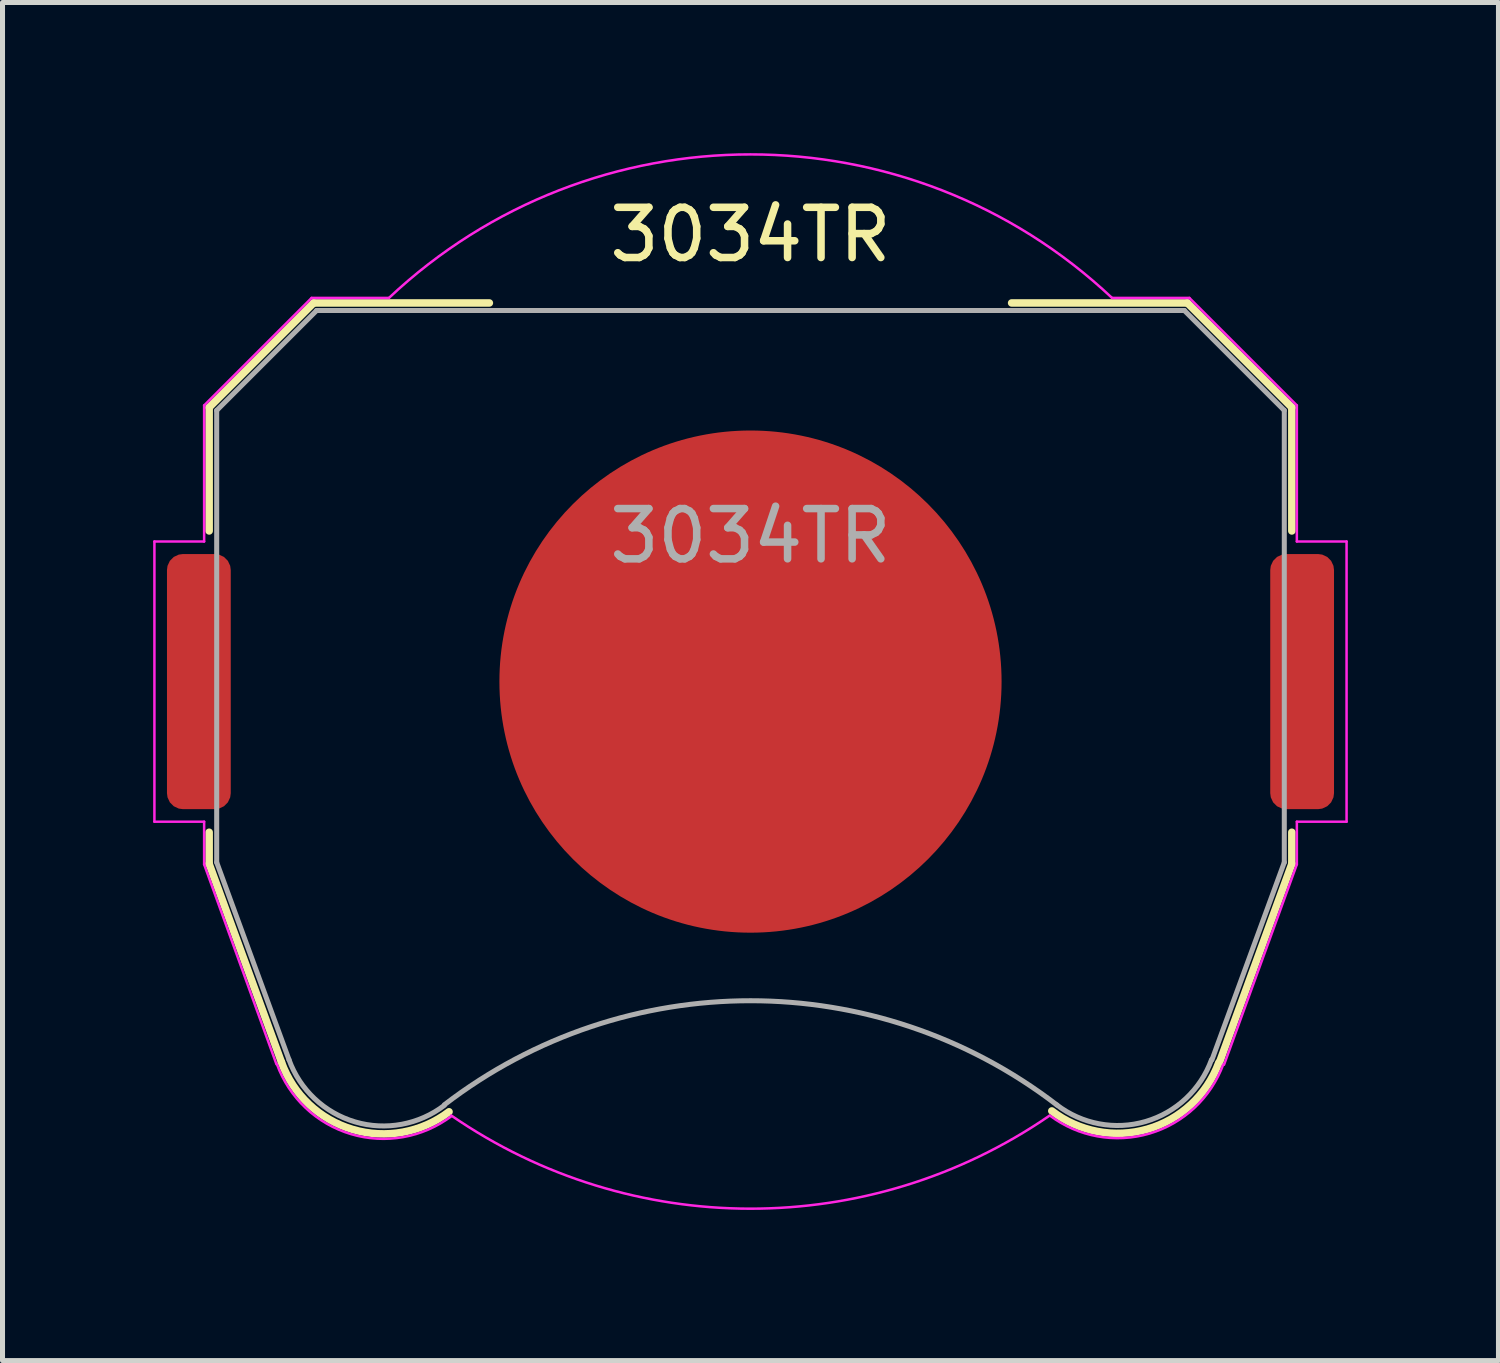
<source format=kicad_pcb>
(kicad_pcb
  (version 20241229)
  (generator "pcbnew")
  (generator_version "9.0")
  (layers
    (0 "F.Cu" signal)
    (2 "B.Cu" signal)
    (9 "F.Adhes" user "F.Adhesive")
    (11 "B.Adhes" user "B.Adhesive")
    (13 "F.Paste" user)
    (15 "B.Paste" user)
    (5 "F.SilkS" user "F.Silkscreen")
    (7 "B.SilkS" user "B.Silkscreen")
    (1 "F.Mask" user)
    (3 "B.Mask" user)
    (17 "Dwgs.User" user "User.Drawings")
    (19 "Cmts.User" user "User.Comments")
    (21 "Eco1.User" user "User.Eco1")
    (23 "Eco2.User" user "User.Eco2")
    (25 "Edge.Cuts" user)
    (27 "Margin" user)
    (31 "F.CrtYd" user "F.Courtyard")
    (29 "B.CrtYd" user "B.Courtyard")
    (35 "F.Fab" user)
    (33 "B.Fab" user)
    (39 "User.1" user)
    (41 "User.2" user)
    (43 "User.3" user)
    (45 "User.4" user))
  (footprint "3034TR"
    (layer "F.Cu")
    (at 11.895 10.523)
    (property "Reference" "3034TR" (at 0 -8.9 0) (unlocked yes) (layer "F.SilkS") (effects (font (size 1 1) (thickness 0.15))))
    (attr smd)
    (fp_line (start -10.78 -5.46) (end -10.78 -3) (stroke (width 0.15) (type solid)) (layer "F.SilkS"))
    (fp_line (start -10.78 3) (end -10.78 3.63) (stroke (width 0.15) (type solid)) (layer "F.SilkS"))
    (fp_line (start -10.78 3.63) (end -9.34 7.58) (stroke (width 0.15) (type solid)) (layer "F.SilkS"))
    (fp_line (start -8.7 -7.54) (end -10.78 -5.46) (stroke (width 0.15) (type solid)) (layer "F.SilkS"))
    (fp_line (start -5.2 -7.54) (end -8.7 -7.54) (stroke (width 0.15) (type solid)) (layer "F.SilkS"))
    (fp_line (start 8.7 -7.54) (end 5.2 -7.54) (stroke (width 0.15) (type solid)) (layer "F.SilkS"))
    (fp_line (start 8.7 -7.54) (end 10.78 -5.46) (stroke (width 0.15) (type solid)) (layer "F.SilkS"))
    (fp_line (start 10.78 -5.46) (end 10.78 -3) (stroke (width 0.15) (type solid)) (layer "F.SilkS"))
    (fp_line (start 10.78 3) (end 10.78 3.63) (stroke (width 0.15) (type solid)) (layer "F.SilkS"))
    (fp_line (start 10.78 3.63) (end 9.34 7.58) (stroke (width 0.15) (type solid)) (layer "F.SilkS"))
    (fp_arc (start -6.003354 8.56653) (mid -7.921654 8.918738) (end -9.34 7.58) (stroke (width 0.15) (type solid)) (layer "F.SilkS"))
    (fp_arc (start 9.325243 7.588169) (mid 7.90634 8.911668) (end 6 8.55) (stroke (width 0.15) (type solid)) (layer "F.SilkS"))
    (fp_line (start -11.87 -2.79) (end -11.87 2.79) (stroke (width 0.05) (type solid)) (layer "F.CrtYd"))
    (fp_line (start -11.87 2.79) (end -10.88 2.79) (stroke (width 0.05) (type solid)) (layer "F.CrtYd"))
    (fp_line (start -10.88 -5.5) (end -10.88 -2.79) (stroke (width 0.05) (type solid)) (layer "F.CrtYd"))
    (fp_line (start -10.88 -2.79) (end -11.87 -2.79) (stroke (width 0.05) (type solid)) (layer "F.CrtYd"))
    (fp_line (start -10.88 2.79) (end -10.88 3.64) (stroke (width 0.05) (type solid)) (layer "F.CrtYd"))
    (fp_line (start -10.88 3.64) (end -9.44 7.62) (stroke (width 0.05) (type solid)) (layer "F.CrtYd"))
    (fp_line (start -8.74 -7.64) (end -10.88 -5.5) (stroke (width 0.05) (type solid)) (layer "F.CrtYd"))
    (fp_line (start -7.2 -7.64) (end -8.74 -7.64) (stroke (width 0.05) (type solid)) (layer "F.CrtYd"))
    (fp_line (start 8.74 -7.64) (end 7.2 -7.64) (stroke (width 0.05) (type solid)) (layer "F.CrtYd"))
    (fp_line (start 9.43 7.63) (end 10.88 3.64) (stroke (width 0.05) (type solid)) (layer "F.CrtYd"))
    (fp_line (start 10.88 -5.5) (end 8.74 -7.64) (stroke (width 0.05) (type solid)) (layer "F.CrtYd"))
    (fp_line (start 10.88 -2.79) (end 10.88 -5.5) (stroke (width 0.05) (type solid)) (layer "F.CrtYd"))
    (fp_line (start 10.88 2.79) (end 11.87 2.79) (stroke (width 0.05) (type solid)) (layer "F.CrtYd"))
    (fp_line (start 10.88 3.64) (end 10.88 2.79) (stroke (width 0.05) (type solid)) (layer "F.CrtYd"))
    (fp_line (start 11.87 -2.79) (end 10.88 -2.79) (stroke (width 0.05) (type solid)) (layer "F.CrtYd"))
    (fp_line (start 11.87 2.79) (end 11.87 -2.79) (stroke (width 0.05) (type solid)) (layer "F.CrtYd"))
    (fp_arc (start -7.199546 -7.640427) (mid 0.000312 -10.498075) (end 7.2 -7.64) (stroke (width 0.05) (type solid)) (layer "F.CrtYd"))
    (fp_arc (start -5.956965 8.654604) (mid -7.953941 9.011629) (end -9.43 7.62) (stroke (width 0.05) (type solid)) (layer "F.CrtYd"))
    (fp_arc (start 5.945368 8.650075) (mid -0.008883 10.496243) (end -5.96 8.64) (stroke (width 0.05) (type solid)) (layer "F.CrtYd"))
    (fp_arc (start 9.415144 7.621341) (mid 7.944017 9.000493) (end 5.96 8.64) (stroke (width 0.05) (type solid)) (layer "F.CrtYd"))
    (fp_line (start -10.63 -5.4) (end -8.64 -7.39) (stroke (width 0.1) (type solid)) (layer "F.Fab"))
    (fp_line (start -10.63 3.6) (end -10.63 -5.4) (stroke (width 0.1) (type solid)) (layer "F.Fab"))
    (fp_line (start -9.19 7.53) (end -10.63 3.6) (stroke (width 0.1) (type solid)) (layer "F.Fab"))
    (fp_line (start -8.64 -7.39) (end 8.64 -7.39) (stroke (width 0.1) (type solid)) (layer "F.Fab"))
    (fp_line (start 8.64 -7.39) (end 10.63 -5.4) (stroke (width 0.1) (type solid)) (layer "F.Fab"))
    (fp_line (start 10.63 -5.4) (end 10.63 3.6) (stroke (width 0.1) (type solid)) (layer "F.Fab"))
    (fp_line (start 10.63 3.6) (end 9.19 7.53) (stroke (width 0.1) (type solid)) (layer "F.Fab"))
    (fp_arc (start -6.096146 8.438508) (mid -7.87328 8.768206) (end -9.19 7.53) (stroke (width 0.1) (type solid)) (layer "F.Fab"))
    (fp_arc (start -6.094852 8.426043) (mid 0.003247 6.355257) (end 6.1 8.43) (stroke (width 0.1) (type solid)) (layer "F.Fab"))
    (fp_arc (start 9.180727 7.528882) (mid 7.868698 8.760067) (end 6.1 8.43) (stroke (width 0.1) (type solid)) (layer "F.Fab"))
    (fp_text user "${REFERENCE}" (at 0 -2.9 0) (layer "F.Fab") (effects (font (size 1 1) (thickness 0.15))))
    (pad "1" smd roundrect (at -10.985 0) (size 1.27 5.08) (layers "F.Cu" "F.Mask" "F.Paste") (roundrect_rratio 0.25))
    (pad "1" smd roundrect (at 10.985 0) (size 1.27 5.08) (layers "F.Cu" "F.Mask" "F.Paste") (roundrect_rratio 0.25))
    (pad "2" smd circle (at 0 0) (size 10 10) (layers "F.Cu" "F.Mask"))
    (zone (net_name "") (layer "F.Cu") (hatch edge 0.5) (connect_pads) (min_thickness 0.25) (filled_areas_thickness no) (keepout (tracks allowed) (vias allowed) (pads allowed) (copperpour not_allowed) (footprints allowed)) (placement (enabled no)) (fill) (polygon (pts (xy 21.695 10.523) (xy 21.675 9.895) (xy 21.615 9.27) (xy 21.514 8.65) (xy 21.374 8.037) (xy 21.196 7.435) (xy 20.979 6.845) (xy 20.724 6.271) (xy 20.434 5.714) (xy 20.108 5.177) (xy 19.749 4.662) (xy 19.357 4.17) (xy 18.935 3.705) (xy 18.484 3.268) (xy 18.005 2.861) (xy 17.502 2.485) (xy 16.975 2.143) (xy 16.428 1.834) (xy 15.862 1.562) (xy 15.28 1.326) (xy 14.683 1.128) (xy 14.076 0.969) (xy 13.459 0.849) (xy 12.836 0.768) (xy 12.209 0.728) (xy 11.581 0.728) (xy 10.954 0.768) (xy 10.331 0.849) (xy 9.714 0.969) (xy 9.107 1.128) (xy 8.51 1.326) (xy 7.928 1.562) (xy 7.362 1.834) (xy 6.815 2.143) (xy 6.288 2.485) (xy 5.785 2.861) (xy 5.306 3.268) (xy 4.855 3.705) (xy 4.433 4.17) (xy 4.041 4.662) (xy 3.682 5.177) (xy 3.356 5.714) (xy 3.066 6.271) (xy 2.811 6.845) (xy 2.594 7.435) (xy 2.416 8.037) (xy 2.276 8.65) (xy 2.175 9.27) (xy 2.115 9.895) (xy 2.095 10.523) (xy 2.115 11.151) (xy 2.175 11.776) (xy 2.276 12.396) (xy 2.416 13.009) (xy 2.594 13.611) (xy 2.811 14.201) (xy 3.066 14.775) (xy 3.356 15.332) (xy 3.682 15.869) (xy 4.041 16.385) (xy 4.433 16.876) (xy 4.855 17.341) (xy 5.306 17.778) (xy 5.785 18.185) (xy 6.288 18.561) (xy 6.815 18.903) (xy 7.362 19.212) (xy 7.928 19.484) (xy 8.51 19.72) (xy 9.107 19.918) (xy 9.714 20.077) (xy 10.331 20.197) (xy 10.954 20.278) (xy 11.581 20.318) (xy 12.209 20.318) (xy 12.836 20.278) (xy 13.459 20.197) (xy 14.076 20.077) (xy 14.683 19.918) (xy 15.28 19.72) (xy 15.862 19.484) (xy 16.428 19.212) (xy 16.975 18.903) (xy 17.502 18.561) (xy 18.005 18.185) (xy 18.484 17.778) (xy 18.935 17.341) (xy 19.357 16.876) (xy 19.749 16.385) (xy 20.108 15.869) (xy 20.434 15.332) (xy 20.724 14.775) (xy 20.979 14.201) (xy 21.196 13.611) (xy 21.374 13.009) (xy 21.514 12.396) (xy 21.615 11.776) (xy 21.675 11.151)))))
  (gr_rect
    (start -3 -3)
    (end 26.79 24.044)
    (stroke (width 0.1) (type default))
    (fill no)
    (layer "Edge.Cuts")))
</source>
